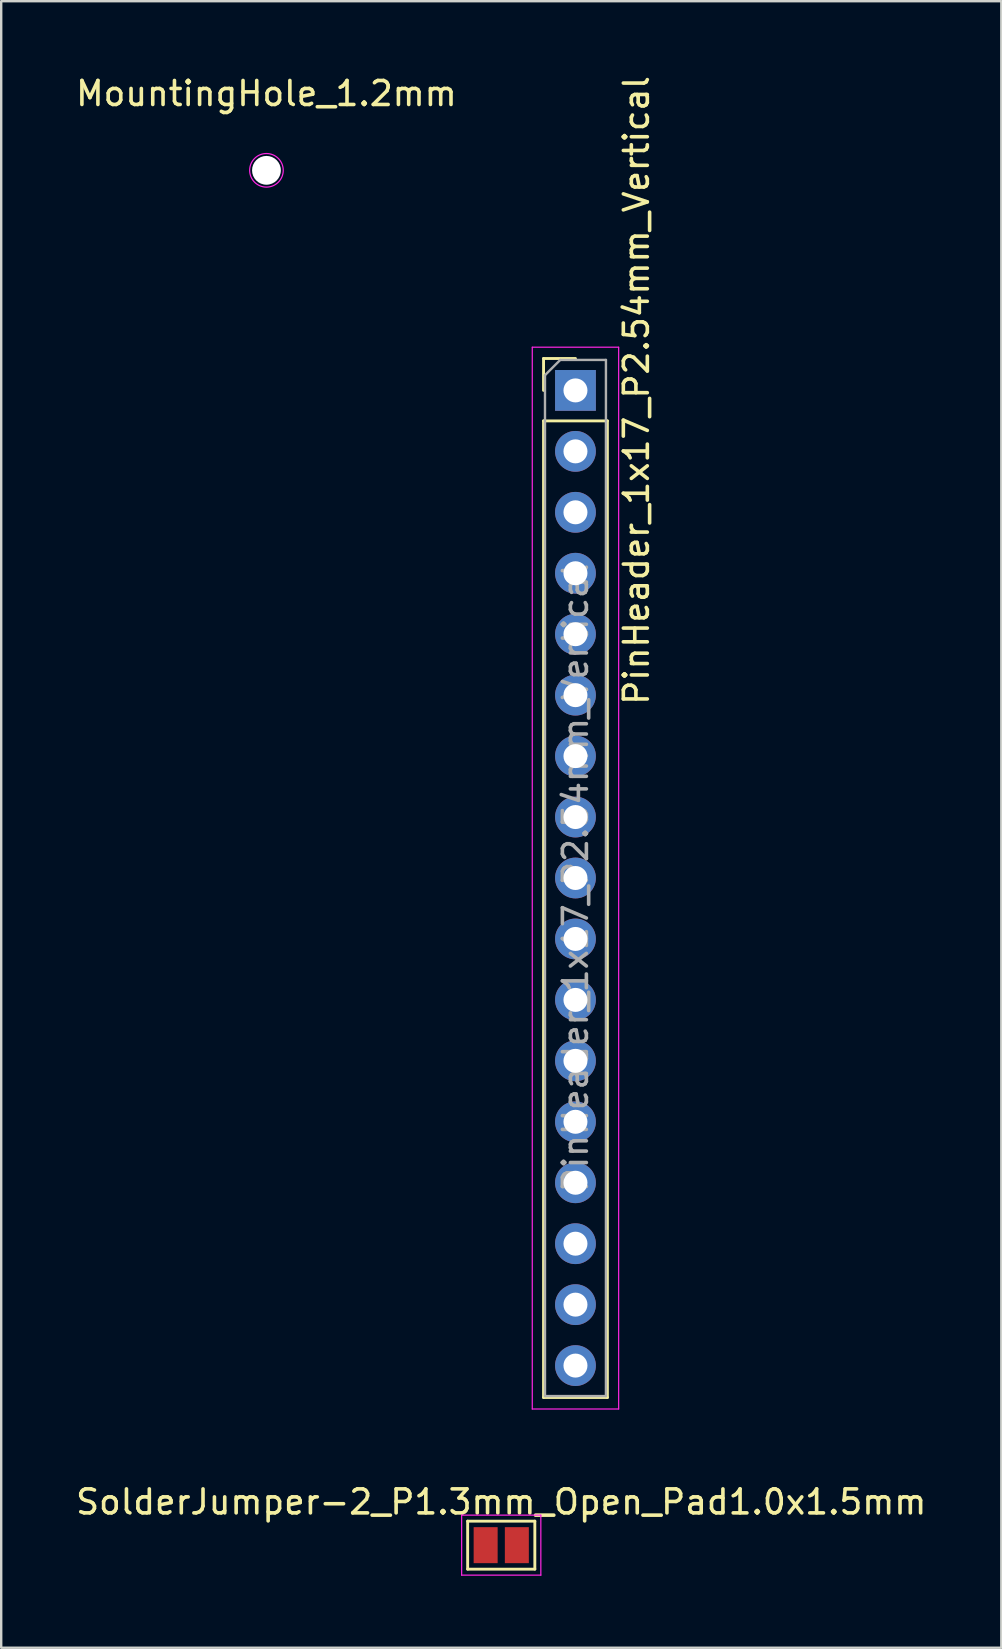
<source format=kicad_pcb>
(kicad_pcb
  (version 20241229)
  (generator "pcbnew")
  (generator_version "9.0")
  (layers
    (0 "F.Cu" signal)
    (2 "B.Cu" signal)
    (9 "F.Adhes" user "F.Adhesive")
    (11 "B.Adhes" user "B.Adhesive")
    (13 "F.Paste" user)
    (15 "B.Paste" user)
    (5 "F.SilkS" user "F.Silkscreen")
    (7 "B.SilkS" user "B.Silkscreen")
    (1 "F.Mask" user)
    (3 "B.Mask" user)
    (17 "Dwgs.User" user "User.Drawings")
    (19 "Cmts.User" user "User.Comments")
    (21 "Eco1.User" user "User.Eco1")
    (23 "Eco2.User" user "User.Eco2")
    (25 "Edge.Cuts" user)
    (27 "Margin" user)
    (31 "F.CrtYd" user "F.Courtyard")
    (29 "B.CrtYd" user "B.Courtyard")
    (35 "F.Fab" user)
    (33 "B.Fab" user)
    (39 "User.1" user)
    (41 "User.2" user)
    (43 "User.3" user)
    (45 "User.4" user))
  (footprint "PinHeader_1x17_P2.54mm_Vertical"
    (layer "F.Cu")
    (at 20.932 13.22)
    (property "Reference" "PinHeader_1x17_P2.54mm_Vertical" (at 2.54 0 90) (layer "F.SilkS") (effects (font (size 1 1) (thickness 0.15))))
    (attr through_hole)
    (fp_line (start -1.33 -1.33) (end 0 -1.33) (stroke (width 0.12) (type solid)) (layer "F.SilkS"))
    (fp_line (start -1.33 0) (end -1.33 -1.33) (stroke (width 0.12) (type solid)) (layer "F.SilkS"))
    (fp_line (start -1.33 1.27) (end -1.33 41.97) (stroke (width 0.12) (type solid)) (layer "F.SilkS"))
    (fp_line (start -1.33 1.27) (end 1.33 1.27) (stroke (width 0.12) (type solid)) (layer "F.SilkS"))
    (fp_line (start -1.33 41.97) (end 1.33 41.97) (stroke (width 0.12) (type solid)) (layer "F.SilkS"))
    (fp_line (start 1.33 1.27) (end 1.33 41.97) (stroke (width 0.12) (type solid)) (layer "F.SilkS"))
    (fp_line (start -1.8 -1.8) (end -1.8 42.45) (stroke (width 0.05) (type solid)) (layer "F.CrtYd"))
    (fp_line (start -1.8 42.45) (end 1.8 42.45) (stroke (width 0.05) (type solid)) (layer "F.CrtYd"))
    (fp_line (start 1.8 -1.8) (end -1.8 -1.8) (stroke (width 0.05) (type solid)) (layer "F.CrtYd"))
    (fp_line (start 1.8 42.45) (end 1.8 -1.8) (stroke (width 0.05) (type solid)) (layer "F.CrtYd"))
    (fp_line (start -1.27 -0.635) (end -0.635 -1.27) (stroke (width 0.1) (type solid)) (layer "F.Fab"))
    (fp_line (start -1.27 41.91) (end -1.27 -0.635) (stroke (width 0.1) (type solid)) (layer "F.Fab"))
    (fp_line (start -0.635 -1.27) (end 1.27 -1.27) (stroke (width 0.1) (type solid)) (layer "F.Fab"))
    (fp_line (start 1.27 -1.27) (end 1.27 41.91) (stroke (width 0.1) (type solid)) (layer "F.Fab"))
    (fp_line (start 1.27 41.91) (end -1.27 41.91) (stroke (width 0.1) (type solid)) (layer "F.Fab"))
    (fp_text user "${REFERENCE}" (at 0 20.32 90) (layer "F.Fab") (effects (font (size 1 1) (thickness 0.15))))
    (pad "1" thru_hole rect (at 0 0 180) (size 1.7 1.7) (drill 1) (layers "*.Cu" "*.Mask"))
    (pad "2" thru_hole oval (at 0 2.54 180) (size 1.7 1.7) (drill 1) (layers "*.Cu" "*.Mask"))
    (pad "3" thru_hole oval (at 0 5.08 180) (size 1.7 1.7) (drill 1) (layers "*.Cu" "*.Mask"))
    (pad "4" thru_hole oval (at 0 7.62 180) (size 1.7 1.7) (drill 1) (layers "*.Cu" "*.Mask"))
    (pad "5" thru_hole oval (at 0 10.16 180) (size 1.7 1.7) (drill 1) (layers "*.Cu" "*.Mask"))
    (pad "6" thru_hole oval (at 0 12.7 180) (size 1.7 1.7) (drill 1) (layers "*.Cu" "*.Mask"))
    (pad "7" thru_hole oval (at 0 15.24 180) (size 1.7 1.7) (drill 1) (layers "*.Cu" "*.Mask"))
    (pad "8" thru_hole oval (at 0 17.78 180) (size 1.7 1.7) (drill 1) (layers "*.Cu" "*.Mask"))
    (pad "9" thru_hole oval (at 0 20.32 180) (size 1.7 1.7) (drill 1) (layers "*.Cu" "*.Mask"))
    (pad "10" thru_hole oval (at 0 22.86 180) (size 1.7 1.7) (drill 1) (layers "*.Cu" "*.Mask"))
    (pad "11" thru_hole oval (at 0 25.4 180) (size 1.7 1.7) (drill 1) (layers "*.Cu" "*.Mask"))
    (pad "12" thru_hole oval (at 0 27.94 180) (size 1.7 1.7) (drill 1) (layers "*.Cu" "*.Mask"))
    (pad "13" thru_hole oval (at 0 30.48 180) (size 1.7 1.7) (drill 1) (layers "*.Cu" "*.Mask"))
    (pad "14" thru_hole oval (at 0 33.02 180) (size 1.7 1.7) (drill 1) (layers "*.Cu" "*.Mask"))
    (pad "15" thru_hole oval (at 0 35.56 180) (size 1.7 1.7) (drill 1) (layers "*.Cu" "*.Mask"))
    (pad "16" thru_hole oval (at 0 38.1 180) (size 1.7 1.7) (drill 1) (layers "*.Cu" "*.Mask"))
    (pad "17" thru_hole oval (at 0 40.64 180) (size 1.7 1.7) (drill 1) (layers "*.Cu" "*.Mask")))
  (footprint "MountingHole_1.2mm"
    (layer "F.Cu")
    (at 8.054 4.048)
    (property "Reference" "MountingHole_1.2mm" (at 0 -3.2 0) (layer "F.SilkS") (effects (font (size 1 1) (thickness 0.15))))
    (attr board_only exclude_from_pos_files exclude_from_bom)
    (fp_circle (center 0 0) (end 0.7 0) (stroke (width 0.05) (type solid)) (fill no) (layer "F.CrtYd"))
    (pad "" np_thru_hole circle (at 0 0) (size 1.2 1.2) (drill 1.2) (layers "*.Cu" "*.Mask")))
  (footprint "SolderJumper-2_P1.3mm_Open_Pad1.0x1.5mm"
    (layer "F.Cu")
    (at 17.839 61.343)
    (property "Reference" "SolderJumper-2_P1.3mm_Open_Pad1.0x1.5mm" (at 0 -1.8 180) (layer "F.SilkS") (effects (font (size 1 1) (thickness 0.15))))
    (attr exclude_from_pos_files exclude_from_bom allow_soldermask_bridges)
    (fp_rect (start -0.15 -0.75) (end 0.15 0.75) (stroke (width 0) (type default)) (fill yes) (layer "F.Mask"))
    (fp_line (start -1.4 -1) (end 1.4 -1) (stroke (width 0.12) (type solid)) (layer "F.SilkS"))
    (fp_line (start -1.4 1) (end -1.4 -1) (stroke (width 0.12) (type solid)) (layer "F.SilkS"))
    (fp_line (start 1.4 -1) (end 1.4 1) (stroke (width 0.12) (type solid)) (layer "F.SilkS"))
    (fp_line (start 1.4 1) (end -1.4 1) (stroke (width 0.12) (type solid)) (layer "F.SilkS"))
    (fp_line (start -1.65 -1.25) (end -1.65 1.25) (stroke (width 0.05) (type solid)) (layer "F.CrtYd"))
    (fp_line (start -1.65 -1.25) (end 1.65 -1.25) (stroke (width 0.05) (type solid)) (layer "F.CrtYd"))
    (fp_line (start 1.65 1.25) (end -1.65 1.25) (stroke (width 0.05) (type solid)) (layer "F.CrtYd"))
    (fp_line (start 1.65 1.25) (end 1.65 -1.25) (stroke (width 0.05) (type solid)) (layer "F.CrtYd"))
    (pad "1" smd rect (at -0.65 0) (size 1 1.5) (layers "F.Cu" "F.Mask"))
    (pad "2" smd rect (at 0.65 0) (size 1 1.5) (layers "F.Cu" "F.Mask")))
  (gr_rect
    (start -3 -3)
    (end 38.679 65.618)
    (stroke (width 0.1) (type default))
    (fill no)
    (layer "Edge.Cuts")))
</source>
